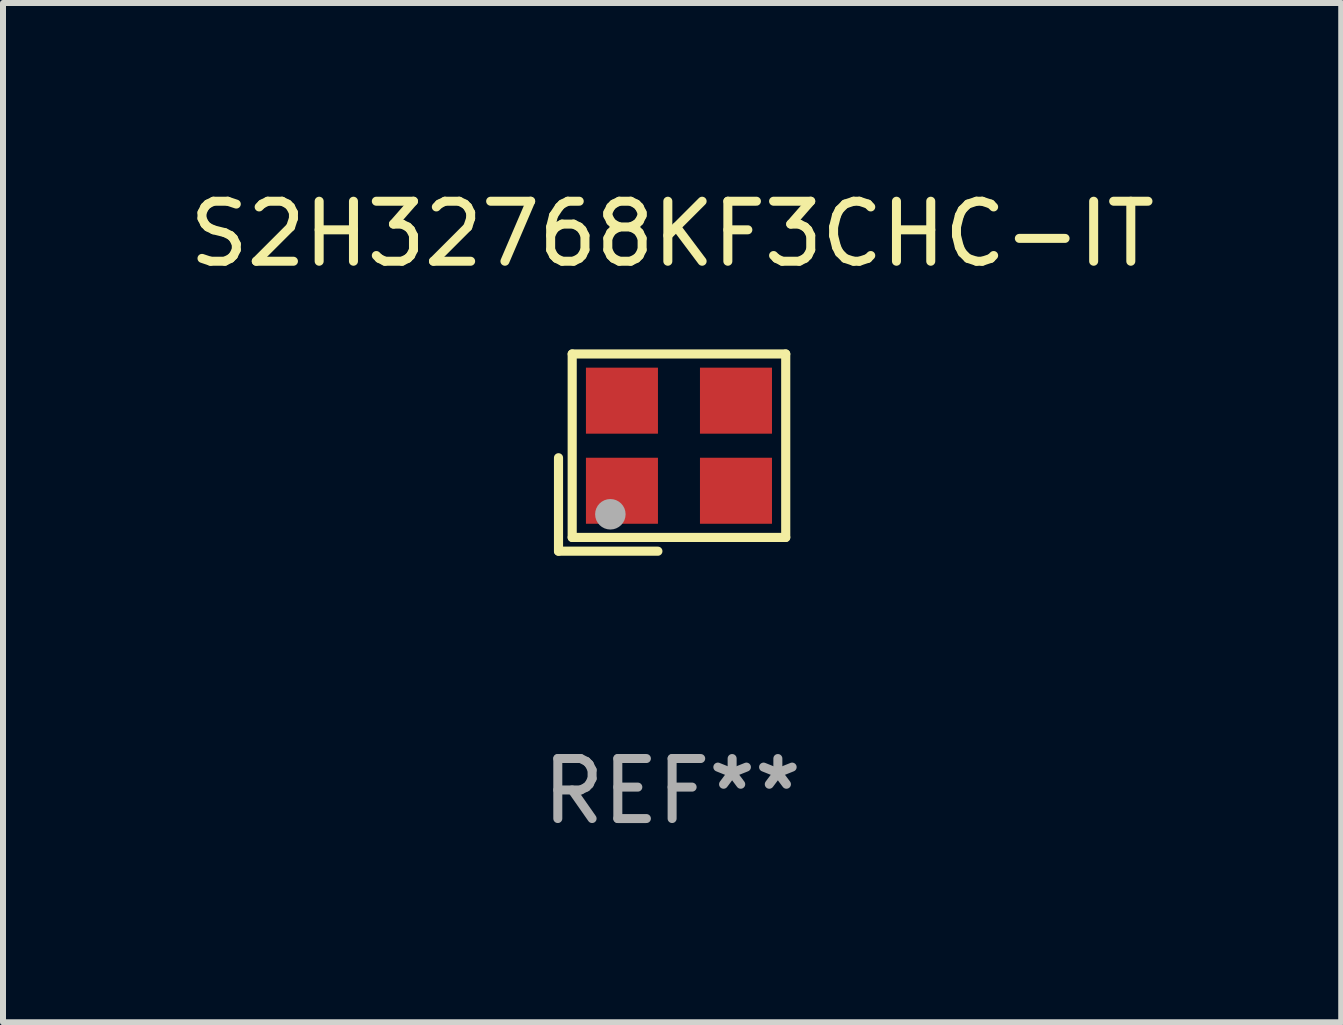
<source format=kicad_pcb>
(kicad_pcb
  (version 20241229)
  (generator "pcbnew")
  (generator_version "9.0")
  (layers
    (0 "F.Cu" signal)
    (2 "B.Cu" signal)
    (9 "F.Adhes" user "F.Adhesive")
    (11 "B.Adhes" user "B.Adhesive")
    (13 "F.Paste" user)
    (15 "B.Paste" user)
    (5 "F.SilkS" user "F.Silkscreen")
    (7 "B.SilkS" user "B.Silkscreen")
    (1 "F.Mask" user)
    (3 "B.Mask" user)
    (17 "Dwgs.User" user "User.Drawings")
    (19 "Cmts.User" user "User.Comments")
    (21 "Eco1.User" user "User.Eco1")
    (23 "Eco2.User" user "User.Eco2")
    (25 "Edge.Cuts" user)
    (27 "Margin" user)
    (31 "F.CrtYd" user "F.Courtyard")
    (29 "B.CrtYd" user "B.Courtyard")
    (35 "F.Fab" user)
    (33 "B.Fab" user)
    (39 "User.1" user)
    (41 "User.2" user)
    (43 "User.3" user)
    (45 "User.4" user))
  (footprint "S2H32768KF3CHC-IT"
    (layer "F.Cu")
    (at 8.149 4.491)
    (property "Reference" "S2H32768KF3CHC-IT" (at 0 -3.643 0) (layer "F.SilkS") (effects (font (size 1 1) (thickness 0.15))))
    (attr through_hole)
    (fp_line (start -1.893 0.086) (end -1.893 1.643) (stroke (width 0.152) (type solid)) (layer "F.SilkS"))
    (fp_line (start -1.893 1.643) (end -0.237 1.643) (stroke (width 0.152) (type solid)) (layer "F.SilkS"))
    (fp_line (start -1.665 -1.643) (end 1.893 -1.643) (stroke (width 0.152) (type solid)) (layer "F.SilkS"))
    (fp_line (start -1.665 1.414) (end -1.665 -1.643) (stroke (width 0.152) (type solid)) (layer "F.SilkS"))
    (fp_line (start 1.893 -1.643) (end 1.893 1.414) (stroke (width 0.152) (type solid)) (layer "F.SilkS"))
    (fp_line (start 1.893 1.414) (end -1.665 1.414) (stroke (width 0.152) (type solid)) (layer "F.SilkS"))
    (fp_circle (center -1.136 0.885) (end -1.106 0.885) (stroke (width 0.06) (type solid)) (fill no) (layer "F.SilkS"))
    (fp_circle (center -1.029 1.028) (end -0.902 1.028) (stroke (width 0.254) (type solid)) (fill no) (layer "F.Fab"))
    (fp_text user "REF**" (at 0 5.643 0) (layer "F.Fab") (effects (font (size 1 1) (thickness 0.15))))
    (pad "1" smd rect (at -0.836 0.636) (size 1.2 1.1) (layers "F.Cu" "F.Mask" "F.Paste"))
    (pad "2" smd rect (at 1.064 0.636) (size 1.2 1.1) (layers "F.Cu" "F.Mask" "F.Paste"))
    (pad "3" smd rect (at 1.064 -0.865) (size 1.2 1.1) (layers "F.Cu" "F.Mask" "F.Paste"))
    (pad "4" smd rect (at -0.836 -0.865) (size 1.2 1.1) (layers "F.Cu" "F.Mask" "F.Paste")))
  (gr_rect
    (start -3 -3)
    (end 19.298 13.983)
    (stroke (width 0.1) (type default))
    (fill no)
    (layer "Edge.Cuts")))
</source>
